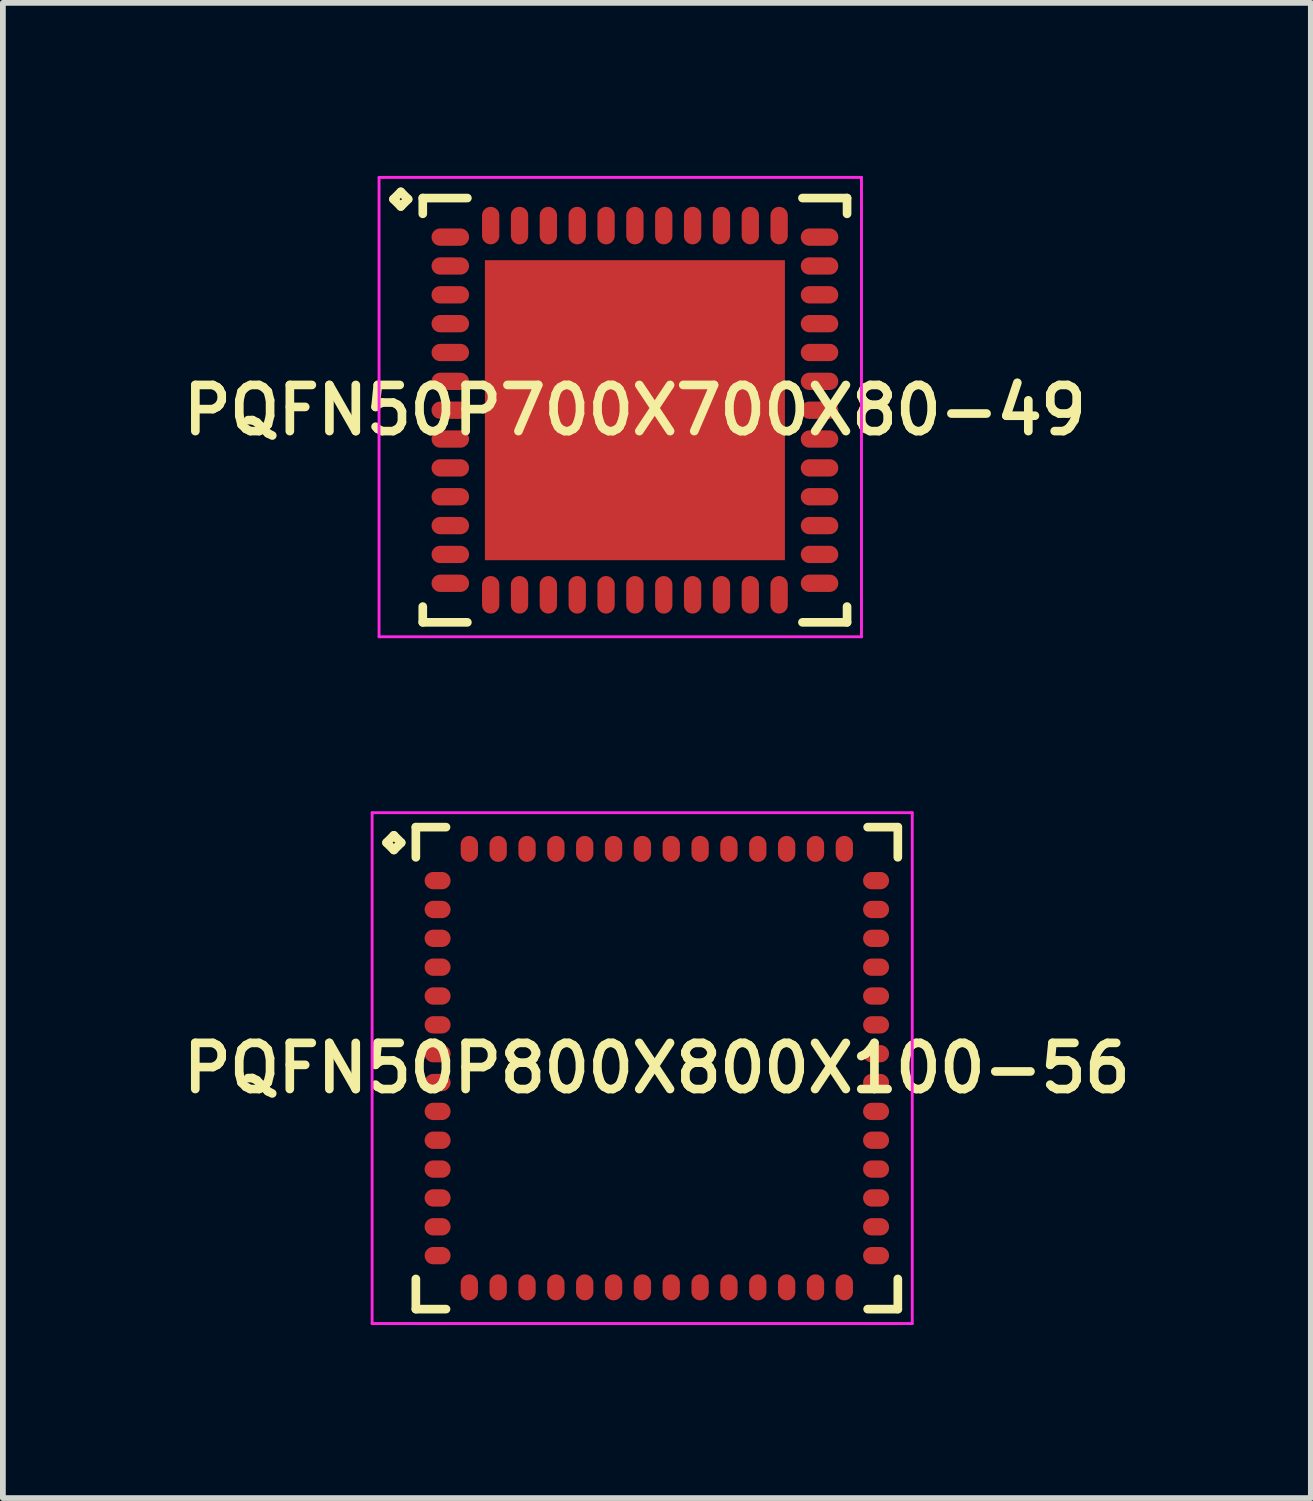
<source format=kicad_pcb>
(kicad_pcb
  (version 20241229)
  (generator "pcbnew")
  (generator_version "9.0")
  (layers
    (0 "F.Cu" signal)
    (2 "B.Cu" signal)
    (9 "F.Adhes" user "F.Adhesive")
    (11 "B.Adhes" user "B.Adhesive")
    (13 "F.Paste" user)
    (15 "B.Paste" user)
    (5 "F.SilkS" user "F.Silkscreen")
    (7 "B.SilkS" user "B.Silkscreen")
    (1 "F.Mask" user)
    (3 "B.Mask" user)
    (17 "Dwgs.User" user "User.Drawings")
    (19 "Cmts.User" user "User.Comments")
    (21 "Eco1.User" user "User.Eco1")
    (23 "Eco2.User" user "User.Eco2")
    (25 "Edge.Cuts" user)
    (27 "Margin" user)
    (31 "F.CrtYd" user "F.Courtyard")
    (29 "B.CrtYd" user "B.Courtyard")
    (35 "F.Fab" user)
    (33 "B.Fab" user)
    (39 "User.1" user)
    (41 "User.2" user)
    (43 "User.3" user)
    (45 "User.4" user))
  (footprint "PQFN50P800X800X100-56"
    (layer "F.Cu")
    (at 8.335 15.464)
    (property "Reference" "PQFN50P800X800X100-56" (at 0 0 0) (layer "F.SilkS") (effects (font (size 0.8 0.8) (thickness 0.15))))
    (attr smd)
    (fp_line (start -4.685 -3.908) (end -4.558 -4.035) (stroke (width 0.15) (type solid)) (layer "F.SilkS"))
    (fp_line (start -4.558 -4.035) (end -4.431 -3.908) (stroke (width 0.15) (type solid)) (layer "F.SilkS"))
    (fp_line (start -4.558 -3.781) (end -4.685 -3.908) (stroke (width 0.15) (type solid)) (layer "F.SilkS"))
    (fp_line (start -4.431 -3.908) (end -4.558 -3.781) (stroke (width 0.15) (type solid)) (layer "F.SilkS"))
    (fp_line (start -4.177 -4.177) (end -3.654 -4.177) (stroke (width 0.15) (type solid)) (layer "F.SilkS"))
    (fp_line (start -4.177 -3.654) (end -4.177 -4.177) (stroke (width 0.15) (type solid)) (layer "F.SilkS"))
    (fp_line (start -4.177 3.654) (end -4.177 4.177) (stroke (width 0.15) (type solid)) (layer "F.SilkS"))
    (fp_line (start -4.177 4.177) (end -3.654 4.177) (stroke (width 0.15) (type solid)) (layer "F.SilkS"))
    (fp_line (start 3.654 -4.177) (end 4.177 -4.177) (stroke (width 0.15) (type solid)) (layer "F.SilkS"))
    (fp_line (start 3.654 4.177) (end 4.177 4.177) (stroke (width 0.15) (type solid)) (layer "F.SilkS"))
    (fp_line (start 4.177 -4.177) (end 4.177 -3.654) (stroke (width 0.15) (type solid)) (layer "F.SilkS"))
    (fp_line (start 4.177 4.177) (end 4.177 3.654) (stroke (width 0.15) (type solid)) (layer "F.SilkS"))
    (fp_line (start -4.935 -4.427) (end 4.427 -4.427) (stroke (width 0.05) (type solid)) (layer "F.CrtYd"))
    (fp_line (start -4.935 4.427) (end -4.935 -4.427) (stroke (width 0.05) (type solid)) (layer "F.CrtYd"))
    (fp_line (start 4.427 -4.427) (end 4.427 4.427) (stroke (width 0.05) (type solid)) (layer "F.CrtYd"))
    (fp_line (start 4.427 4.427) (end -4.935 4.427) (stroke (width 0.05) (type solid)) (layer "F.CrtYd"))
    (pad "1" smd oval (at -3.8 -3.25) (size 0.45 0.3) (layers "F.Cu" "F.Mask" "F.Paste"))
    (pad "2" smd oval (at -3.8 -2.75) (size 0.45 0.3) (layers "F.Cu" "F.Mask" "F.Paste"))
    (pad "3" smd oval (at -3.8 -2.25) (size 0.45 0.3) (layers "F.Cu" "F.Mask" "F.Paste"))
    (pad "4" smd oval (at -3.8 -1.75) (size 0.45 0.3) (layers "F.Cu" "F.Mask" "F.Paste"))
    (pad "5" smd oval (at -3.8 -1.25) (size 0.45 0.3) (layers "F.Cu" "F.Mask" "F.Paste"))
    (pad "6" smd oval (at -3.8 -0.75) (size 0.45 0.3) (layers "F.Cu" "F.Mask" "F.Paste"))
    (pad "7" smd oval (at -3.8 -0.25) (size 0.45 0.3) (layers "F.Cu" "F.Mask" "F.Paste"))
    (pad "8" smd oval (at -3.8 0.25) (size 0.45 0.3) (layers "F.Cu" "F.Mask" "F.Paste"))
    (pad "9" smd oval (at -3.8 0.75) (size 0.45 0.3) (layers "F.Cu" "F.Mask" "F.Paste"))
    (pad "10" smd oval (at -3.8 1.25) (size 0.45 0.3) (layers "F.Cu" "F.Mask" "F.Paste"))
    (pad "11" smd oval (at -3.8 1.75) (size 0.45 0.3) (layers "F.Cu" "F.Mask" "F.Paste"))
    (pad "12" smd oval (at -3.8 2.25) (size 0.45 0.3) (layers "F.Cu" "F.Mask" "F.Paste"))
    (pad "13" smd oval (at -3.8 2.75) (size 0.45 0.3) (layers "F.Cu" "F.Mask" "F.Paste"))
    (pad "14" smd oval (at -3.8 3.25) (size 0.45 0.3) (layers "F.Cu" "F.Mask" "F.Paste"))
    (pad "15" smd oval (at -3.25 3.8) (size 0.3 0.45) (layers "F.Cu" "F.Mask" "F.Paste"))
    (pad "16" smd oval (at -2.75 3.8) (size 0.3 0.45) (layers "F.Cu" "F.Mask" "F.Paste"))
    (pad "17" smd oval (at -2.25 3.8) (size 0.3 0.45) (layers "F.Cu" "F.Mask" "F.Paste"))
    (pad "18" smd oval (at -1.75 3.8) (size 0.3 0.45) (layers "F.Cu" "F.Mask" "F.Paste"))
    (pad "19" smd oval (at -1.25 3.8) (size 0.3 0.45) (layers "F.Cu" "F.Mask" "F.Paste"))
    (pad "20" smd oval (at -0.75 3.8) (size 0.3 0.45) (layers "F.Cu" "F.Mask" "F.Paste"))
    (pad "21" smd oval (at -0.25 3.8) (size 0.3 0.45) (layers "F.Cu" "F.Mask" "F.Paste"))
    (pad "22" smd oval (at 0.25 3.8) (size 0.3 0.45) (layers "F.Cu" "F.Mask" "F.Paste"))
    (pad "23" smd oval (at 0.75 3.8) (size 0.3 0.45) (layers "F.Cu" "F.Mask" "F.Paste"))
    (pad "24" smd oval (at 1.25 3.8) (size 0.3 0.45) (layers "F.Cu" "F.Mask" "F.Paste"))
    (pad "25" smd oval (at 1.75 3.8) (size 0.3 0.45) (layers "F.Cu" "F.Mask" "F.Paste"))
    (pad "26" smd oval (at 2.25 3.8) (size 0.3 0.45) (layers "F.Cu" "F.Mask" "F.Paste"))
    (pad "27" smd oval (at 2.75 3.8) (size 0.3 0.45) (layers "F.Cu" "F.Mask" "F.Paste"))
    (pad "28" smd oval (at 3.25 3.8) (size 0.3 0.45) (layers "F.Cu" "F.Mask" "F.Paste"))
    (pad "29" smd oval (at 3.8 3.25) (size 0.45 0.3) (layers "F.Cu" "F.Mask" "F.Paste"))
    (pad "30" smd oval (at 3.8 2.75) (size 0.45 0.3) (layers "F.Cu" "F.Mask" "F.Paste"))
    (pad "31" smd oval (at 3.8 2.25) (size 0.45 0.3) (layers "F.Cu" "F.Mask" "F.Paste"))
    (pad "32" smd oval (at 3.8 1.75) (size 0.45 0.3) (layers "F.Cu" "F.Mask" "F.Paste"))
    (pad "33" smd oval (at 3.8 1.25) (size 0.45 0.3) (layers "F.Cu" "F.Mask" "F.Paste"))
    (pad "34" smd oval (at 3.8 0.75) (size 0.45 0.3) (layers "F.Cu" "F.Mask" "F.Paste"))
    (pad "35" smd oval (at 3.8 0.25) (size 0.45 0.3) (layers "F.Cu" "F.Mask" "F.Paste"))
    (pad "36" smd oval (at 3.8 -0.25) (size 0.45 0.3) (layers "F.Cu" "F.Mask" "F.Paste"))
    (pad "37" smd oval (at 3.8 -0.75) (size 0.45 0.3) (layers "F.Cu" "F.Mask" "F.Paste"))
    (pad "38" smd oval (at 3.8 -1.25) (size 0.45 0.3) (layers "F.Cu" "F.Mask" "F.Paste"))
    (pad "39" smd oval (at 3.8 -1.75) (size 0.45 0.3) (layers "F.Cu" "F.Mask" "F.Paste"))
    (pad "40" smd oval (at 3.8 -2.25) (size 0.45 0.3) (layers "F.Cu" "F.Mask" "F.Paste"))
    (pad "41" smd oval (at 3.8 -2.75) (size 0.45 0.3) (layers "F.Cu" "F.Mask" "F.Paste"))
    (pad "42" smd oval (at 3.8 -3.25) (size 0.45 0.3) (layers "F.Cu" "F.Mask" "F.Paste"))
    (pad "43" smd oval (at 3.25 -3.8) (size 0.3 0.45) (layers "F.Cu" "F.Mask" "F.Paste"))
    (pad "44" smd oval (at 2.75 -3.8) (size 0.3 0.45) (layers "F.Cu" "F.Mask" "F.Paste"))
    (pad "45" smd oval (at 2.25 -3.8) (size 0.3 0.45) (layers "F.Cu" "F.Mask" "F.Paste"))
    (pad "46" smd oval (at 1.75 -3.8) (size 0.3 0.45) (layers "F.Cu" "F.Mask" "F.Paste"))
    (pad "47" smd oval (at 1.25 -3.8) (size 0.3 0.45) (layers "F.Cu" "F.Mask" "F.Paste"))
    (pad "48" smd oval (at 0.75 -3.8) (size 0.3 0.45) (layers "F.Cu" "F.Mask" "F.Paste"))
    (pad "49" smd oval (at 0.25 -3.8) (size 0.3 0.45) (layers "F.Cu" "F.Mask" "F.Paste"))
    (pad "50" smd oval (at -0.25 -3.8) (size 0.3 0.45) (layers "F.Cu" "F.Mask" "F.Paste"))
    (pad "51" smd oval (at -0.75 -3.8) (size 0.3 0.45) (layers "F.Cu" "F.Mask" "F.Paste"))
    (pad "52" smd oval (at -1.25 -3.8) (size 0.3 0.45) (layers "F.Cu" "F.Mask" "F.Paste"))
    (pad "53" smd oval (at -1.75 -3.8) (size 0.3 0.45) (layers "F.Cu" "F.Mask" "F.Paste"))
    (pad "54" smd oval (at -2.25 -3.8) (size 0.3 0.45) (layers "F.Cu" "F.Mask" "F.Paste"))
    (pad "55" smd oval (at -2.75 -3.8) (size 0.3 0.45) (layers "F.Cu" "F.Mask" "F.Paste"))
    (pad "56" smd oval (at -3.25 -3.8) (size 0.3 0.45) (layers "F.Cu" "F.Mask" "F.Paste")))
  (footprint "PQFN50P700X700X80-49"
    (layer "F.Cu")
    (at 7.955 4.06)
    (property "Reference" "PQFN50P700X700X80-49" (at 0 0 0) (layer "F.SilkS") (effects (font (size 0.8 0.8) (thickness 0.15))))
    (attr smd)
    (fp_line (start -4.185 -3.658) (end -4.058 -3.785) (stroke (width 0.15) (type solid)) (layer "F.SilkS"))
    (fp_line (start -4.058 -3.785) (end -3.931 -3.658) (stroke (width 0.15) (type solid)) (layer "F.SilkS"))
    (fp_line (start -4.058 -3.531) (end -4.185 -3.658) (stroke (width 0.15) (type solid)) (layer "F.SilkS"))
    (fp_line (start -3.931 -3.658) (end -4.058 -3.531) (stroke (width 0.15) (type solid)) (layer "F.SilkS"))
    (fp_line (start -3.677 -3.677) (end -2.904 -3.677) (stroke (width 0.15) (type solid)) (layer "F.SilkS"))
    (fp_line (start -3.677 -3.404) (end -3.677 -3.677) (stroke (width 0.15) (type solid)) (layer "F.SilkS"))
    (fp_line (start -3.677 3.404) (end -3.677 3.677) (stroke (width 0.15) (type solid)) (layer "F.SilkS"))
    (fp_line (start -3.677 3.677) (end -2.904 3.677) (stroke (width 0.15) (type solid)) (layer "F.SilkS"))
    (fp_line (start 2.904 -3.677) (end 3.677 -3.677) (stroke (width 0.15) (type solid)) (layer "F.SilkS"))
    (fp_line (start 2.904 3.677) (end 3.677 3.677) (stroke (width 0.15) (type solid)) (layer "F.SilkS"))
    (fp_line (start 3.677 -3.677) (end 3.677 -3.404) (stroke (width 0.15) (type solid)) (layer "F.SilkS"))
    (fp_line (start 3.677 3.677) (end 3.677 3.404) (stroke (width 0.15) (type solid)) (layer "F.SilkS"))
    (fp_line (start -4.435 -4.035) (end 3.927 -4.035) (stroke (width 0.05) (type solid)) (layer "F.CrtYd"))
    (fp_line (start -4.435 3.927) (end -4.435 -4.035) (stroke (width 0.05) (type solid)) (layer "F.CrtYd"))
    (fp_line (start 3.927 -4.035) (end 3.927 3.927) (stroke (width 0.05) (type solid)) (layer "F.CrtYd"))
    (fp_line (start 3.927 3.927) (end -4.435 3.927) (stroke (width 0.05) (type solid)) (layer "F.CrtYd"))
    (pad "1" smd oval (at -3.2 -3) (size 0.65 0.3) (layers "F.Cu" "F.Mask" "F.Paste"))
    (pad "2" smd oval (at -3.2 -2.5) (size 0.65 0.3) (layers "F.Cu" "F.Mask" "F.Paste"))
    (pad "3" smd oval (at -3.2 -2) (size 0.65 0.3) (layers "F.Cu" "F.Mask" "F.Paste"))
    (pad "4" smd oval (at -3.2 -1.5) (size 0.65 0.3) (layers "F.Cu" "F.Mask" "F.Paste"))
    (pad "5" smd oval (at -3.2 -1) (size 0.65 0.3) (layers "F.Cu" "F.Mask" "F.Paste"))
    (pad "6" smd oval (at -3.2 -0.5) (size 0.65 0.3) (layers "F.Cu" "F.Mask" "F.Paste"))
    (pad "7" smd oval (at -3.2 0) (size 0.65 0.3) (layers "F.Cu" "F.Mask" "F.Paste"))
    (pad "8" smd oval (at -3.2 0.5) (size 0.65 0.3) (layers "F.Cu" "F.Mask" "F.Paste"))
    (pad "9" smd oval (at -3.2 1) (size 0.65 0.3) (layers "F.Cu" "F.Mask" "F.Paste"))
    (pad "10" smd oval (at -3.2 1.5) (size 0.65 0.3) (layers "F.Cu" "F.Mask" "F.Paste"))
    (pad "11" smd oval (at -3.2 2) (size 0.65 0.3) (layers "F.Cu" "F.Mask" "F.Paste"))
    (pad "12" smd oval (at -3.2 2.5) (size 0.65 0.3) (layers "F.Cu" "F.Mask" "F.Paste"))
    (pad "13" smd oval (at -3.2 3) (size 0.65 0.3) (layers "F.Cu" "F.Mask" "F.Paste"))
    (pad "14" smd oval (at -2.5 3.2) (size 0.3 0.65) (layers "F.Cu" "F.Mask" "F.Paste"))
    (pad "15" smd oval (at -2 3.2) (size 0.3 0.65) (layers "F.Cu" "F.Mask" "F.Paste"))
    (pad "16" smd oval (at -1.5 3.2) (size 0.3 0.65) (layers "F.Cu" "F.Mask" "F.Paste"))
    (pad "17" smd oval (at -1 3.2) (size 0.3 0.65) (layers "F.Cu" "F.Mask" "F.Paste"))
    (pad "18" smd oval (at -0.5 3.2) (size 0.3 0.65) (layers "F.Cu" "F.Mask" "F.Paste"))
    (pad "19" smd oval (at 0 3.2) (size 0.3 0.65) (layers "F.Cu" "F.Mask" "F.Paste"))
    (pad "20" smd oval (at 0.5 3.2) (size 0.3 0.65) (layers "F.Cu" "F.Mask" "F.Paste"))
    (pad "21" smd oval (at 1 3.2) (size 0.3 0.65) (layers "F.Cu" "F.Mask" "F.Paste"))
    (pad "22" smd oval (at 1.5 3.2) (size 0.3 0.65) (layers "F.Cu" "F.Mask" "F.Paste"))
    (pad "23" smd oval (at 2 3.2) (size 0.3 0.65) (layers "F.Cu" "F.Mask" "F.Paste"))
    (pad "24" smd oval (at 2.5 3.2) (size 0.3 0.65) (layers "F.Cu" "F.Mask" "F.Paste"))
    (pad "25" smd oval (at 3.2 3) (size 0.65 0.3) (layers "F.Cu" "F.Mask" "F.Paste"))
    (pad "26" smd oval (at 3.2 2.5) (size 0.65 0.3) (layers "F.Cu" "F.Mask" "F.Paste"))
    (pad "27" smd oval (at 3.2 2) (size 0.65 0.3) (layers "F.Cu" "F.Mask" "F.Paste"))
    (pad "28" smd oval (at 3.2 1.5) (size 0.65 0.3) (layers "F.Cu" "F.Mask" "F.Paste"))
    (pad "29" smd oval (at 3.2 1) (size 0.65 0.3) (layers "F.Cu" "F.Mask" "F.Paste"))
    (pad "30" smd oval (at 3.2 0.5) (size 0.65 0.3) (layers "F.Cu" "F.Mask" "F.Paste"))
    (pad "31" smd oval (at 3.2 0) (size 0.65 0.3) (layers "F.Cu" "F.Mask" "F.Paste"))
    (pad "32" smd oval (at 3.2 -0.5) (size 0.65 0.3) (layers "F.Cu" "F.Mask" "F.Paste"))
    (pad "33" smd oval (at 3.2 -1) (size 0.65 0.3) (layers "F.Cu" "F.Mask" "F.Paste"))
    (pad "34" smd oval (at 3.2 -1.5) (size 0.65 0.3) (layers "F.Cu" "F.Mask" "F.Paste"))
    (pad "35" smd oval (at 3.2 -2) (size 0.65 0.3) (layers "F.Cu" "F.Mask" "F.Paste"))
    (pad "36" smd oval (at 3.2 -2.5) (size 0.65 0.3) (layers "F.Cu" "F.Mask" "F.Paste"))
    (pad "37" smd oval (at 3.2 -3) (size 0.65 0.3) (layers "F.Cu" "F.Mask" "F.Paste"))
    (pad "38" smd oval (at 2.5 -3.2) (size 0.3 0.65) (layers "F.Cu" "F.Mask" "F.Paste"))
    (pad "39" smd oval (at 2 -3.2) (size 0.3 0.65) (layers "F.Cu" "F.Mask" "F.Paste"))
    (pad "40" smd oval (at 1.5 -3.2) (size 0.3 0.65) (layers "F.Cu" "F.Mask" "F.Paste"))
    (pad "41" smd oval (at 1 -3.2) (size 0.3 0.65) (layers "F.Cu" "F.Mask" "F.Paste"))
    (pad "42" smd oval (at 0.5 -3.2) (size 0.3 0.65) (layers "F.Cu" "F.Mask" "F.Paste"))
    (pad "43" smd oval (at 0 -3.2) (size 0.3 0.65) (layers "F.Cu" "F.Mask" "F.Paste"))
    (pad "44" smd oval (at -0.5 -3.2) (size 0.3 0.65) (layers "F.Cu" "F.Mask" "F.Paste"))
    (pad "45" smd oval (at -1 -3.2) (size 0.3 0.65) (layers "F.Cu" "F.Mask" "F.Paste"))
    (pad "46" smd oval (at -1.5 -3.2) (size 0.3 0.65) (layers "F.Cu" "F.Mask" "F.Paste"))
    (pad "47" smd oval (at -2 -3.2) (size 0.3 0.65) (layers "F.Cu" "F.Mask" "F.Paste"))
    (pad "48" smd oval (at -2.5 -3.2) (size 0.3 0.65) (layers "F.Cu" "F.Mask" "F.Paste"))
    (pad "49" smd rect (at 0 0) (size 5.2 5.2) (layers "F.Cu" "F.Mask" "F.Paste")))
  (gr_rect
    (start -3 -3)
    (end 19.671 22.916)
    (stroke (width 0.1) (type default))
    (fill no)
    (layer "Edge.Cuts")))
</source>
